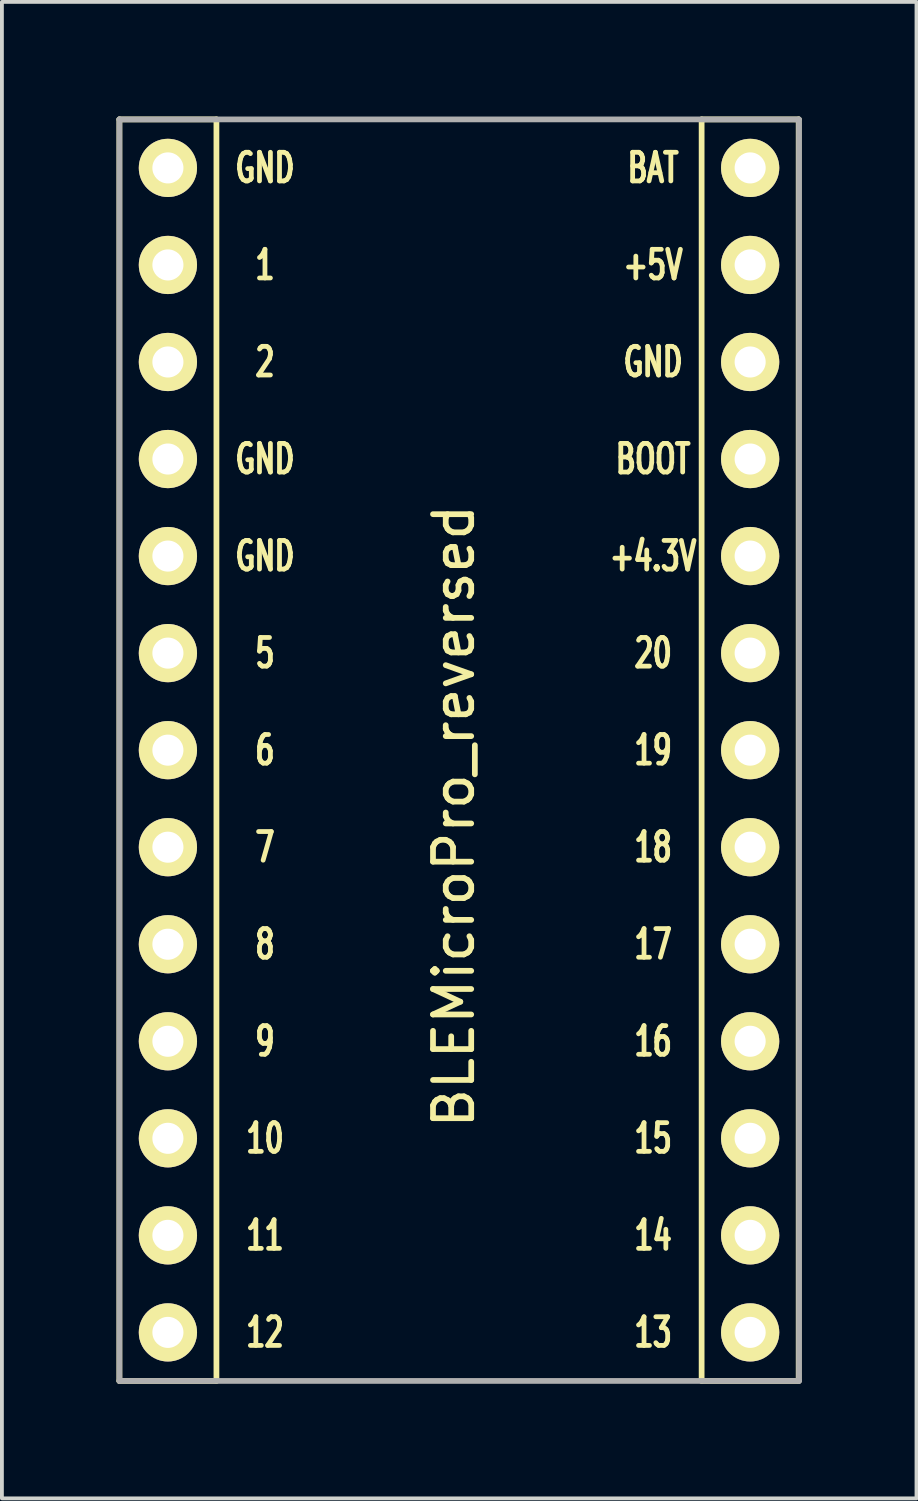
<source format=kicad_pcb>
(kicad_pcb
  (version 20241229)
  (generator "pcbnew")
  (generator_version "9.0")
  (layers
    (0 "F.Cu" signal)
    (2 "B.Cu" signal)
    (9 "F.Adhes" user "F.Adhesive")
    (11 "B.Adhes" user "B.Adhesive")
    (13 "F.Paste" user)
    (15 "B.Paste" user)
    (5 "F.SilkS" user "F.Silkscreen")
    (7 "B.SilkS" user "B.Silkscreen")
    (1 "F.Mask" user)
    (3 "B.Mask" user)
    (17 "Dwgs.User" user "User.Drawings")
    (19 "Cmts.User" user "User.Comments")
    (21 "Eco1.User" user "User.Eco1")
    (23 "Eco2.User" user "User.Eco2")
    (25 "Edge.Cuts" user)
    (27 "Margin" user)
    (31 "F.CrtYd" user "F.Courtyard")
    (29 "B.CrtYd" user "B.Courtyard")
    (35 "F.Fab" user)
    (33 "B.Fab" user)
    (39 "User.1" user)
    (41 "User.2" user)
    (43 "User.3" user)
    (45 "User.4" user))
  (footprint "BLEMicroPro_reversed"
    (layer "F.Cu")
    (at 8.965 19.125)
    (property "Reference" "BLEMicroPro_reversed" (at -0.136 -0.812 270) (layer "F.SilkS") (effects (font (size 1 1) (thickness 0.15))))
    (attr through_hole)
    (fp_line (start -8.89 -19.05) (end -6.35 -19.05) (stroke (width 0.15) (type solid)) (layer "F.SilkS"))
    (fp_line (start -8.89 13.97) (end -8.89 -19.05) (stroke (width 0.15) (type solid)) (layer "F.SilkS"))
    (fp_line (start -6.35 -19.05) (end -6.35 13.97) (stroke (width 0.15) (type solid)) (layer "F.SilkS"))
    (fp_line (start -6.35 13.97) (end -8.89 13.97) (stroke (width 0.15) (type solid)) (layer "F.SilkS"))
    (fp_line (start 6.35 -19.05) (end 8.89 -19.05) (stroke (width 0.15) (type solid)) (layer "F.SilkS"))
    (fp_line (start 6.35 13.97) (end 6.35 -19.05) (stroke (width 0.15) (type solid)) (layer "F.SilkS"))
    (fp_line (start 8.89 -19.05) (end 8.89 13.97) (stroke (width 0.15) (type solid)) (layer "F.SilkS"))
    (fp_line (start 8.89 13.97) (end 6.35 13.97) (stroke (width 0.15) (type solid)) (layer "F.SilkS"))
    (fp_line (start -8.89 -19.05) (end 8.89 -19.05) (stroke (width 0.15) (type solid)) (layer "F.Fab"))
    (fp_line (start -8.89 13.97) (end -8.89 -19.05) (stroke (width 0.15) (type solid)) (layer "F.Fab"))
    (fp_line (start 8.899 -19.05) (end 8.899 13.97) (stroke (width 0.15) (type solid)) (layer "F.Fab"))
    (fp_line (start 8.899 13.97) (end -8.89 13.97) (stroke (width 0.15) (type solid)) (layer "F.Fab"))
    (fp_text user "16" (at 5.08 5.08 0) (layer "F.SilkS") (effects (font (size 0.75 0.5) (thickness 0.125))))
    (fp_text user "8" (at -5.08 2.54 0) (layer "F.SilkS") (effects (font (size 0.75 0.5) (thickness 0.125))))
    (fp_text user "GND" (at -5.08 -7.62 0) (layer "F.SilkS") (effects (font (size 0.75 0.5) (thickness 0.125))))
    (fp_text user "13" (at 5.08 12.7 0) (layer "F.SilkS") (effects (font (size 0.75 0.5) (thickness 0.125))))
    (fp_text user "18" (at 5.08 0 0) (layer "F.SilkS") (effects (font (size 0.75 0.5) (thickness 0.125))))
    (fp_text user "6" (at -5.08 -2.54 0) (layer "F.SilkS") (effects (font (size 0.75 0.5) (thickness 0.125))))
    (fp_text user "1" (at -5.08 -15.24 0) (layer "F.SilkS") (effects (font (size 0.75 0.5) (thickness 0.125))))
    (fp_text user "12" (at -5.08 12.7 0) (layer "F.SilkS") (effects (font (size 0.75 0.5) (thickness 0.125))))
    (fp_text user "5" (at -5.08 -5.08 0) (layer "F.SilkS") (effects (font (size 0.75 0.5) (thickness 0.125))))
    (fp_text user "GND" (at 5.08 -12.7 0) (layer "F.SilkS") (effects (font (size 0.75 0.5) (thickness 0.125))))
    (fp_text user "BAT" (at 5.08 -17.78 0) (layer "F.SilkS") (effects (font (size 0.75 0.5) (thickness 0.125))))
    (fp_text user "+5V" (at 5.08 -15.24 0) (layer "F.SilkS") (effects (font (size 0.75 0.5) (thickness 0.125))))
    (fp_text user "19" (at 5.08 -2.54 0) (layer "F.SilkS") (effects (font (size 0.75 0.5) (thickness 0.125))))
    (fp_text user "BOOT" (at 5.08 -10.16 0) (layer "F.SilkS") (effects (font (size 0.75 0.5) (thickness 0.125))))
    (fp_text user "17" (at 5.08 2.54 0) (layer "F.SilkS") (effects (font (size 0.75 0.5) (thickness 0.125))))
    (fp_text user "GND" (at -5.08 -10.16 0) (layer "F.SilkS") (effects (font (size 0.75 0.5) (thickness 0.125))))
    (fp_text user "7" (at -5.08 0 0) (layer "F.SilkS") (effects (font (size 0.75 0.5) (thickness 0.125))))
    (fp_text user "10" (at -5.08 7.62 0) (layer "F.SilkS") (effects (font (size 0.75 0.5) (thickness 0.125))))
    (fp_text user "2" (at -5.08 -12.7 0) (layer "F.SilkS") (effects (font (size 0.75 0.5) (thickness 0.125))))
    (fp_text user "9" (at -5.08 5.08 0) (layer "F.SilkS") (effects (font (size 0.75 0.5) (thickness 0.125))))
    (fp_text user "14" (at 5.08 10.16 0) (layer "F.SilkS") (effects (font (size 0.75 0.5) (thickness 0.125))))
    (fp_text user "20" (at 5.08 -5.08 0) (layer "F.SilkS") (effects (font (size 0.75 0.5) (thickness 0.125))))
    (fp_text user "15" (at 5.08 7.62 0) (layer "F.SilkS") (effects (font (size 0.75 0.5) (thickness 0.125))))
    (fp_text user "" (at -0.536 -18.012 0) (layer "F.SilkS") (effects (font (size 1 1) (thickness 0.15))))
    (fp_text user "11" (at -5.08 10.16 0) (layer "F.SilkS") (effects (font (size 0.75 0.5) (thickness 0.125))))
    (fp_text user "GND" (at -5.08 -17.78 0) (layer "F.SilkS") (effects (font (size 0.75 0.5) (thickness 0.125))))
    (fp_text user "+4.3V" (at 5.08 -7.62 0) (layer "F.SilkS") (effects (font (size 0.75 0.5) (thickness 0.125))))
    (fp_text user "" (at -1.242 -17.018 0) (layer "B.SilkS") (effects (font (size 1 1) (thickness 0.15)) (justify mirror)))
    (pad "1" thru_hole circle (at -7.62 -17.78) (size 1.524 1.524) (drill 0.813) (layers "*.Cu" "B.Mask" "F.SilkS"))
    (pad "2" thru_hole circle (at -7.62 -15.24) (size 1.524 1.524) (drill 0.813) (layers "*.Cu" "B.Mask" "F.SilkS"))
    (pad "3" thru_hole circle (at -7.62 -12.7) (size 1.524 1.524) (drill 0.813) (layers "*.Cu" "B.Mask" "F.SilkS"))
    (pad "4" thru_hole circle (at -7.62 -10.16) (size 1.524 1.524) (drill 0.813) (layers "*.Cu" "B.Mask" "F.SilkS"))
    (pad "5" thru_hole circle (at -7.62 -7.62) (size 1.524 1.524) (drill 0.813) (layers "*.Cu" "B.Mask" "F.SilkS"))
    (pad "6" thru_hole circle (at -7.62 -5.08) (size 1.524 1.524) (drill 0.813) (layers "*.Cu" "B.Mask" "F.SilkS"))
    (pad "7" thru_hole circle (at -7.62 -2.54) (size 1.524 1.524) (drill 0.813) (layers "*.Cu" "B.Mask" "F.SilkS"))
    (pad "8" thru_hole circle (at -7.62 0) (size 1.524 1.524) (drill 0.813) (layers "*.Cu" "B.Mask" "F.SilkS"))
    (pad "9" thru_hole circle (at -7.62 2.54) (size 1.524 1.524) (drill 0.813) (layers "*.Cu" "B.Mask" "F.SilkS"))
    (pad "10" thru_hole circle (at -7.62 5.08) (size 1.524 1.524) (drill 0.813) (layers "*.Cu" "B.Mask" "F.SilkS"))
    (pad "11" thru_hole circle (at -7.62 7.62) (size 1.524 1.524) (drill 0.813) (layers "*.Cu" "B.Mask" "F.SilkS"))
    (pad "12" thru_hole circle (at -7.62 10.16) (size 1.524 1.524) (drill 0.813) (layers "*.Cu" "B.Mask" "F.SilkS"))
    (pad "13" thru_hole circle (at -7.62 12.7) (size 1.524 1.524) (drill 0.813) (layers "*.Cu" "B.Mask" "F.SilkS"))
    (pad "14" thru_hole circle (at 7.62 12.7) (size 1.524 1.524) (drill 0.813) (layers "*.Cu" "B.Mask" "F.SilkS"))
    (pad "15" thru_hole circle (at 7.62 10.16) (size 1.524 1.524) (drill 0.813) (layers "*.Cu" "B.Mask" "F.SilkS"))
    (pad "16" thru_hole circle (at 7.62 7.62) (size 1.524 1.524) (drill 0.813) (layers "*.Cu" "B.Mask" "F.SilkS"))
    (pad "17" thru_hole circle (at 7.62 5.08) (size 1.524 1.524) (drill 0.813) (layers "*.Cu" "B.Mask" "F.SilkS"))
    (pad "18" thru_hole circle (at 7.62 2.54) (size 1.524 1.524) (drill 0.813) (layers "*.Cu" "B.Mask" "F.SilkS"))
    (pad "19" thru_hole circle (at 7.62 0) (size 1.524 1.524) (drill 0.813) (layers "*.Cu" "B.Mask" "F.SilkS"))
    (pad "20" thru_hole circle (at 7.62 -2.54) (size 1.524 1.524) (drill 0.813) (layers "*.Cu" "B.Mask" "F.SilkS"))
    (pad "21" thru_hole circle (at 7.62 -5.08) (size 1.524 1.524) (drill 0.813) (layers "*.Cu" "B.Mask" "F.SilkS"))
    (pad "22" thru_hole circle (at 7.62 -7.62) (size 1.524 1.524) (drill 0.813) (layers "*.Cu" "B.Mask" "F.SilkS"))
    (pad "23" thru_hole circle (at 7.62 -10.16) (size 1.524 1.524) (drill 0.813) (layers "*.Cu" "B.Mask" "F.SilkS"))
    (pad "24" thru_hole circle (at 7.62 -12.7) (size 1.524 1.524) (drill 0.813) (layers "*.Cu" "B.Mask" "F.SilkS"))
    (pad "25" thru_hole circle (at 7.62 -15.24) (size 1.524 1.524) (drill 0.813) (layers "*.Cu" "B.Mask" "F.SilkS"))
    (pad "26" thru_hole circle (at 7.62 -17.78) (size 1.524 1.524) (drill 0.813) (layers "*.Cu" "B.Mask" "F.SilkS")))
  (gr_rect
    (start -3 -3)
    (end 20.939 36.17)
    (stroke (width 0.1) (type default))
    (fill no)
    (layer "Edge.Cuts")))
</source>
